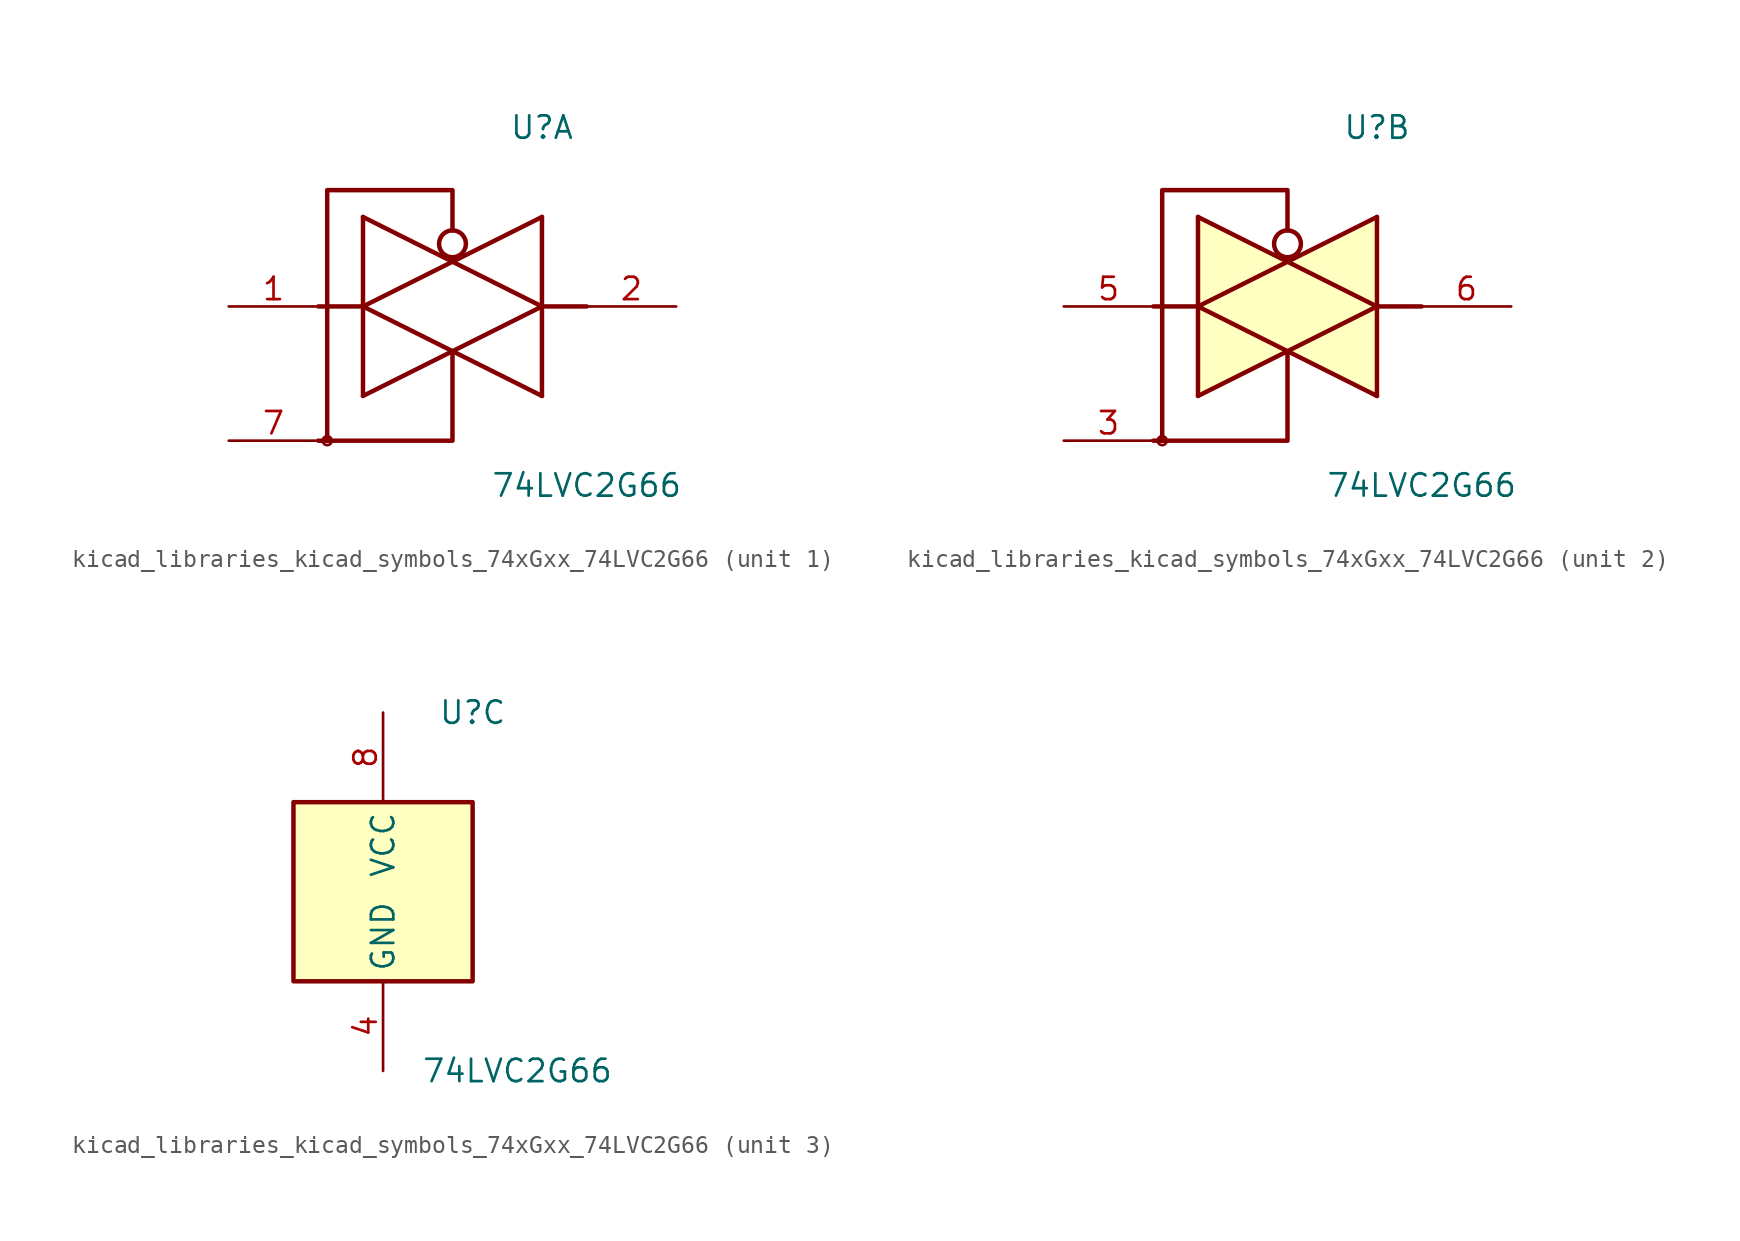
<source format=kicad_sym>
(kicad_symbol_lib
  (version 20220914)
  (generator kicad_symbol_editor)
  (symbol "kicad_libraries_kicad_symbols_74xGxx_74LVC2G66"
    (property "Reference" "U"
      (at 5.08 10.16 0)
      (effects (font (size 1.27 1.27))))
    (property "Value" "74LVC2G66"
      (at 7.62 -10.16 0)
      (effects (font (size 1.27 1.27))))
    (property "ki_locked" ""
      (at 0 0 0)
      (effects (font (size 1.27 1.27))))
    (symbol "kicad_libraries_kicad_symbols_74xGxx_74LVC2G66_1_1"
      (circle (center -7.112 -7.62) (radius 0.254) (stroke (width 0) (type default)) (fill (type none)))
      (polyline (pts (xy -7.62 0) (xy -5.08 0)) (stroke (width 0.254) (type default)) (fill (type background)))
      (polyline (pts (xy -5.08 5.08) (xy -5.08 -5.08)) (stroke (width 0.254) (type default)) (fill (type background)))
      (polyline (pts (xy 5.08 0) (xy 7.62 0)) (stroke (width 0.254) (type default)) (fill (type background)))
      (polyline (pts (xy 5.08 5.08) (xy 5.08 -5.08)) (stroke (width 0.254) (type default)) (fill (type none)))
      (polyline (pts (xy -7.62 -7.62) (xy 0 -7.62) (xy 0 -2.54)) (stroke (width 0.254) (type default)) (fill (type none)))
      (polyline (pts (xy -5.08 -5.08) (xy 5.08 0) (xy -5.08 5.08)) (stroke (width 0.254) (type default)) (fill (type none)))
      (polyline (pts (xy 5.08 5.08) (xy -5.08 0) (xy 5.08 -5.08)) (stroke (width 0.254) (type default)) (fill (type none)))
      (polyline (pts (xy 0 4.318) (xy 0 6.604) (xy -7.112 6.604) (xy -7.112 -7.62)) (stroke (width 0.254) (type default)) (fill (type none)))
      (circle (center 0 3.556) (radius 0.762) (stroke (width 0.254) (type default)) (fill (type none)))
      (pin input line (at -12.7 0 0) (length 5.08) (name "~" (effects (font (size 1.27 1.27)))) (number "1" (effects (font (size 1.27 1.27)))))
      (pin tri_state line (at 12.7 0 180) (length 5.08) (name "~" (effects (font (size 1.27 1.27)))) (number "2" (effects (font (size 1.27 1.27)))))
      (pin input line (at -12.7 -7.62 0) (length 5.08) (name "~" (effects (font (size 1.27 1.27)))) (number "7" (effects (font (size 1.27 1.27))))))
    (symbol "kicad_libraries_kicad_symbols_74xGxx_74LVC2G66_2_1"
      (circle (center -7.112 -7.62) (radius 0.254) (stroke (width 0) (type default)) (fill (type none)))
      (polyline (pts (xy -7.62 0) (xy -5.08 0)) (stroke (width 0.254) (type default)) (fill (type background)))
      (polyline (pts (xy -5.08 5.08) (xy -5.08 -5.08)) (stroke (width 0.254) (type default)) (fill (type background)))
      (polyline (pts (xy 5.08 0) (xy 7.62 0)) (stroke (width 0.254) (type default)) (fill (type background)))
      (polyline (pts (xy 5.08 5.08) (xy 5.08 -5.08)) (stroke (width 0.254) (type default)) (fill (type background)))
      (polyline (pts (xy -7.62 -7.62) (xy 0 -7.62) (xy 0 -2.54)) (stroke (width 0.254) (type default)) (fill (type none)))
      (polyline (pts (xy -5.08 -5.08) (xy 5.08 0) (xy -5.08 5.08)) (stroke (width 0.254) (type default)) (fill (type background)))
      (polyline (pts (xy 5.08 5.08) (xy -5.08 0) (xy 5.08 -5.08)) (stroke (width 0.254) (type default)) (fill (type background)))
      (polyline (pts (xy 0 4.318) (xy 0 6.604) (xy -7.112 6.604) (xy -7.112 -7.62)) (stroke (width 0.254) (type default)) (fill (type none)))
      (circle (center 0 3.556) (radius 0.762) (stroke (width 0.254) (type default)) (fill (type none)))
      (pin input line (at -12.7 -7.62 0) (length 5.08) (name "~" (effects (font (size 1.27 1.27)))) (number "3" (effects (font (size 1.27 1.27)))))
      (pin input line (at -12.7 0 0) (length 5.08) (name "~" (effects (font (size 1.27 1.27)))) (number "5" (effects (font (size 1.27 1.27)))))
      (pin tri_state line (at 12.7 0 180) (length 5.08) (name "~" (effects (font (size 1.27 1.27)))) (number "6" (effects (font (size 1.27 1.27))))))
    (symbol "kicad_libraries_kicad_symbols_74xGxx_74LVC2G66_3_1"
      (rectangle (start -5.08 5.08) (end 5.08 -5.08) (stroke (width 0.254) (type default)) (fill (type background)))
      (pin power_in line (at 0 -10.16 90) (length 5.08) (name "GND" (effects (font (size 1.27 1.27)))) (number "4" (effects (font (size 1.27 1.27)))))
      (pin power_in line (at 0 10.16 270) (length 5.08) (name "VCC" (effects (font (size 1.27 1.27)))) (number "8" (effects (font (size 1.27 1.27))))))))
</source>
